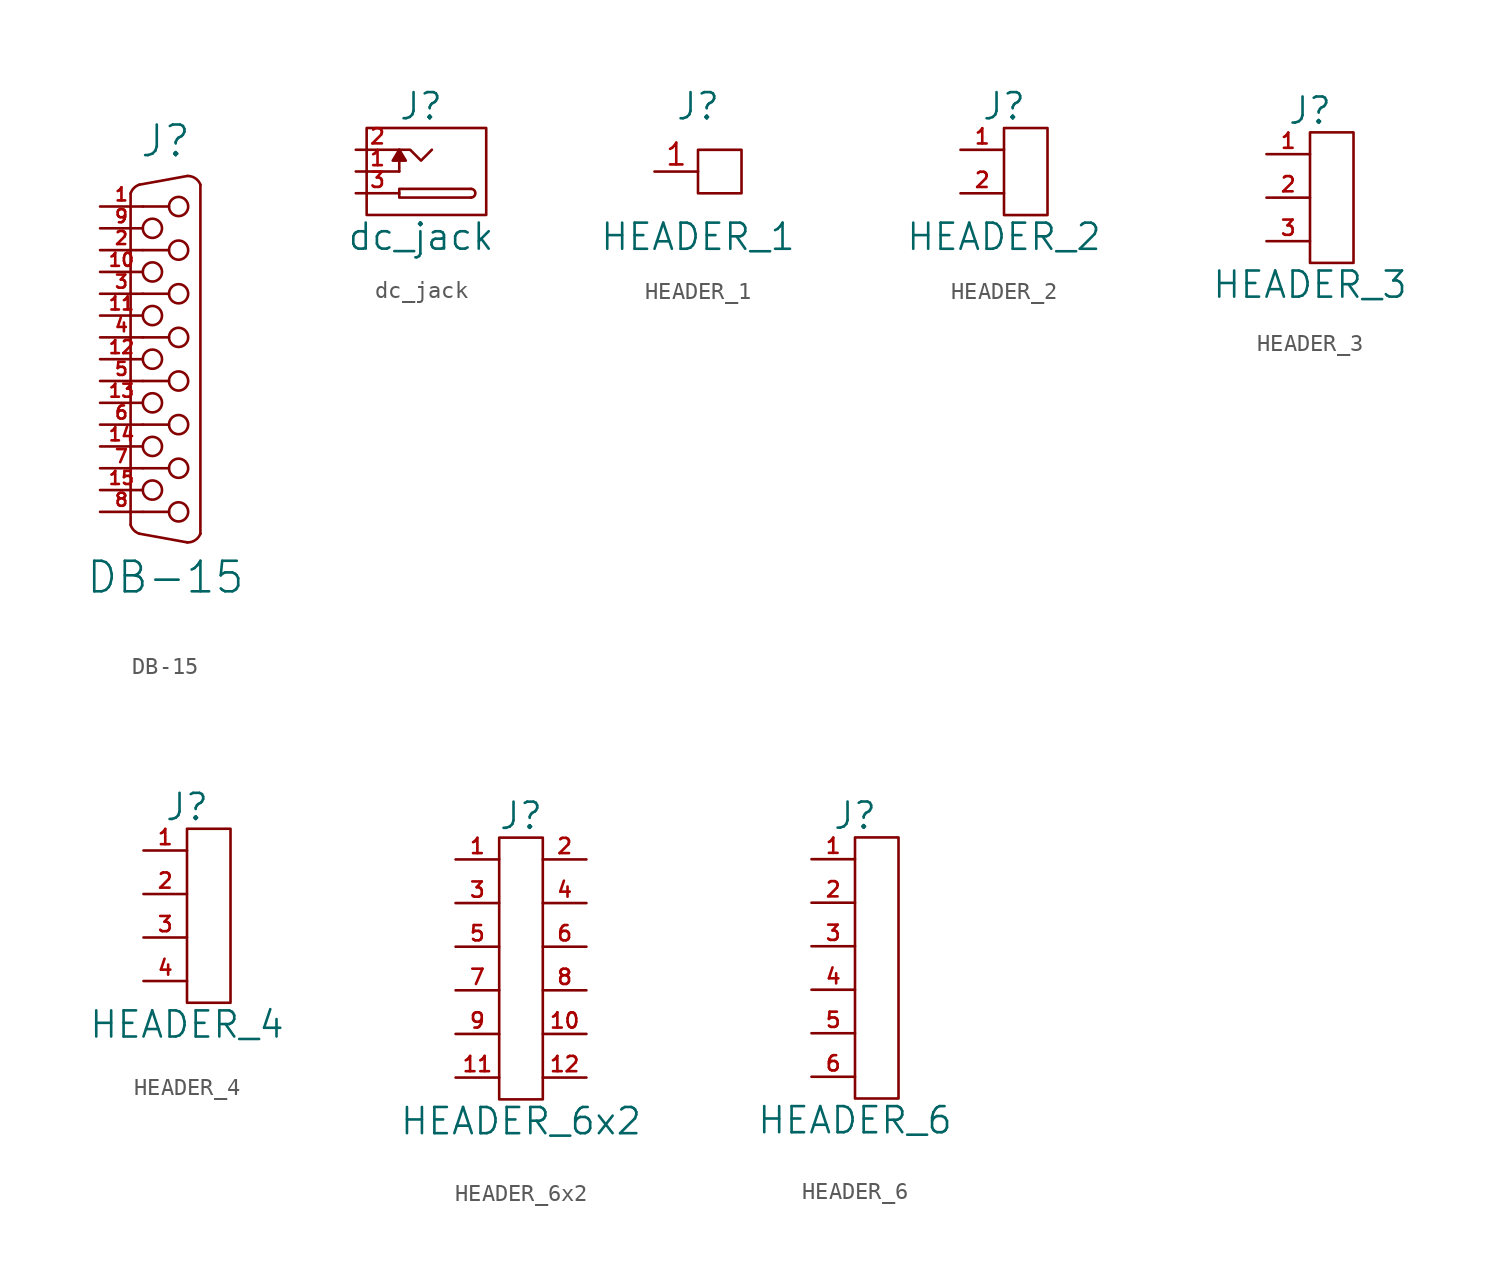
<source format=kicad_sym>
(kicad_symbol_lib
  (version 20220914)
  (generator kicad_symbol_editor)
  (symbol "DB-15"
    (pin_names
      (offset 1.016) hide)
    (property "Reference" "J"
      (at 0 12.7 0)
      (effects (font (size 1.778 1.778))))
    (property "Value" "DB-15"
      (at 0 -12.7 0)
      (effects (font (size 1.778 1.778))))
    (property "Footprint" ""
      (at 0 0 0)
      (effects (font (size 1.524 1.524))))
    (property "Datasheet" ""
      (at 0 0 0)
      (effects (font (size 1.524 1.524))))
    (symbol "DB-15_0_1"
      (arc (start -2.032 -9.652) (mid -1.838 -9.966) (end -1.524 -10.16) (stroke (width 0) (type solid)) (fill (type none)))
      (arc (start -1.524 10.16) (mid -1.838 9.966) (end -2.032 9.652) (stroke (width 0) (type solid)) (fill (type none)))
      (circle (center -0.762 -7.62) (radius 0.559) (stroke (width 0) (type solid)) (fill (type none)))
      (circle (center -0.762 -5.08) (radius 0.559) (stroke (width 0) (type solid)) (fill (type none)))
      (circle (center -0.762 -2.54) (radius 0.559) (stroke (width 0) (type solid)) (fill (type none)))
      (circle (center -0.762 0) (radius 0.559) (stroke (width 0) (type solid)) (fill (type none)))
      (circle (center -0.762 2.54) (radius 0.559) (stroke (width 0) (type solid)) (fill (type none)))
      (circle (center -0.762 5.08) (radius 0.559) (stroke (width 0) (type solid)) (fill (type none)))
      (circle (center -0.762 7.62) (radius 0.559) (stroke (width 0) (type solid)) (fill (type none)))
      (polyline (pts (xy -1.321 -8.89) (xy 0.203 -8.89)) (stroke (width 0) (type solid)) (fill (type none)))
      (polyline (pts (xy -1.321 -6.35) (xy 0.203 -6.35)) (stroke (width 0) (type solid)) (fill (type none)))
      (polyline (pts (xy -1.321 -3.81) (xy 0.203 -3.81)) (stroke (width 0) (type solid)) (fill (type none)))
      (polyline (pts (xy -1.321 -1.27) (xy 0.203 -1.27)) (stroke (width 0) (type solid)) (fill (type none)))
      (polyline (pts (xy -1.321 1.27) (xy 0.203 1.27)) (stroke (width 0) (type solid)) (fill (type none)))
      (polyline (pts (xy -1.321 3.81) (xy 0.203 3.81)) (stroke (width 0) (type solid)) (fill (type none)))
      (polyline (pts (xy -1.321 6.35) (xy 0.203 6.35)) (stroke (width 0) (type solid)) (fill (type none)))
      (polyline (pts (xy -1.321 8.89) (xy 0.203 8.89)) (stroke (width 0) (type solid)) (fill (type none)))
      (polyline (pts (xy -2.032 9.652) (xy -2.032 -9.652) (xy -2.032 -9.652)) (stroke (width 0) (type solid)) (fill (type none)))
      (polyline (pts (xy -1.524 -10.16) (xy 1.27 -10.668) (xy 1.27 -10.668)) (stroke (width 0) (type solid)) (fill (type none)))
      (polyline (pts (xy -1.524 10.16) (xy 1.27 10.668) (xy 1.27 10.668)) (stroke (width 0) (type solid)) (fill (type none)))
      (polyline (pts (xy 2.032 -10.16) (xy 2.032 10.16) (xy 2.032 10.16)) (stroke (width 0) (type solid)) (fill (type none)))
      (circle (center 0.762 -8.89) (radius 0.559) (stroke (width 0) (type solid)) (fill (type none)))
      (circle (center 0.762 -6.35) (radius 0.559) (stroke (width 0) (type solid)) (fill (type none)))
      (circle (center 0.762 -3.81) (radius 0.559) (stroke (width 0) (type solid)) (fill (type none)))
      (circle (center 0.762 -1.27) (radius 0.559) (stroke (width 0) (type solid)) (fill (type none)))
      (circle (center 0.762 1.27) (radius 0.559) (stroke (width 0) (type solid)) (fill (type none)))
      (circle (center 0.762 3.81) (radius 0.559) (stroke (width 0) (type solid)) (fill (type none)))
      (circle (center 0.762 6.35) (radius 0.559) (stroke (width 0) (type solid)) (fill (type none)))
      (circle (center 0.762 8.89) (radius 0.559) (stroke (width 0) (type solid)) (fill (type none)))
      (arc (start 1.27 -10.668) (mid 1.7324 -10.5361) (end 2.032 -10.16) (stroke (width 0) (type solid)) (fill (type none)))
      (arc (start 2.032 10.16) (mid 1.7324 10.5361) (end 1.27 10.668) (stroke (width 0) (type solid)) (fill (type none))))
    (symbol "DB-15_1_1"
      (pin passive line (at -3.81 8.89 0) (length 2.489) (name "~" (effects (font (size 0.762 0.762)))) (number "1" (effects (font (size 0.762 0.762)))))
      (pin passive line (at -3.81 5.08 0) (length 2.489) (name "~" (effects (font (size 0.762 0.762)))) (number "10" (effects (font (size 0.762 0.762)))))
      (pin passive line (at -3.81 2.54 0) (length 2.489) (name "~" (effects (font (size 0.762 0.762)))) (number "11" (effects (font (size 0.762 0.762)))))
      (pin passive line (at -3.81 0 0) (length 2.489) (name "~" (effects (font (size 0.762 0.762)))) (number "12" (effects (font (size 0.762 0.762)))))
      (pin passive line (at -3.81 -2.54 0) (length 2.489) (name "~" (effects (font (size 0.762 0.762)))) (number "13" (effects (font (size 0.762 0.762)))))
      (pin passive line (at -3.81 -5.08 0) (length 2.489) (name "~" (effects (font (size 0.762 0.762)))) (number "14" (effects (font (size 0.762 0.762)))))
      (pin passive line (at -3.81 -7.62 0) (length 2.489) (name "~" (effects (font (size 0.762 0.762)))) (number "15" (effects (font (size 0.762 0.762)))))
      (pin passive line (at -3.81 6.35 0) (length 2.489) (name "~" (effects (font (size 0.762 0.762)))) (number "2" (effects (font (size 0.762 0.762)))))
      (pin passive line (at -3.81 3.81 0) (length 2.489) (name "~" (effects (font (size 0.762 0.762)))) (number "3" (effects (font (size 0.762 0.762)))))
      (pin passive line (at -3.81 1.27 0) (length 2.489) (name "~" (effects (font (size 0.762 0.762)))) (number "4" (effects (font (size 0.762 0.762)))))
      (pin passive line (at -3.81 -1.27 0) (length 2.489) (name "~" (effects (font (size 0.762 0.762)))) (number "5" (effects (font (size 0.762 0.762)))))
      (pin passive line (at -3.81 -3.81 0) (length 2.489) (name "~" (effects (font (size 0.762 0.762)))) (number "6" (effects (font (size 0.762 0.762)))))
      (pin passive line (at -3.81 -6.35 0) (length 2.489) (name "~" (effects (font (size 0.762 0.762)))) (number "7" (effects (font (size 0.762 0.762)))))
      (pin passive line (at -3.81 -8.89 0) (length 2.489) (name "~" (effects (font (size 0.762 0.762)))) (number "8" (effects (font (size 0.762 0.762)))))
      (pin passive line (at -3.81 7.62 0) (length 2.489) (name "~" (effects (font (size 0.762 0.762)))) (number "9" (effects (font (size 0.762 0.762)))))))
  (symbol "dc_jack"
    (pin_names
      (offset 0) hide)
    (property "Reference" "J"
      (at 0 3.81 0)
      (effects (font (size 1.524 1.524))))
    (property "Value" "dc_jack"
      (at 0 -3.81 0)
      (effects (font (size 1.524 1.524))))
    (property "Footprint" ""
      (at 0 0 0)
      (effects (font (size 1.524 1.524))))
    (property "Datasheet" ""
      (at 0 0 0)
      (effects (font (size 1.524 1.524))))
    (symbol "dc_jack_0_1"
      (rectangle (start -3.175 2.54) (end 3.81 -2.54) (stroke (width 0) (type solid)) (fill (type none)))
      (polyline (pts (xy -1.27 0) (xy -1.27 0.635)) (stroke (width 0) (type solid)) (fill (type none)))
      (polyline (pts (xy -1.27 1.27) (xy -1.651 0.635) (xy -0.889 0.635) (xy -1.27 1.27)) (stroke (width 0) (type solid)) (fill (type outline)))
      (polyline (pts (xy -1.27 1.27) (xy -0.635 1.27) (xy 0 0.635) (xy 0.635 1.27)) (stroke (width 0) (type solid)) (fill (type none)))
      (polyline (pts (xy 2.921 -1.016) (xy -1.27 -1.016) (xy -1.27 -1.524) (xy 2.921 -1.524)) (stroke (width 0) (type solid)) (fill (type none)))
      (arc (start 2.921 -1.524) (mid 3.1739 -1.27) (end 2.921 -1.016) (stroke (width 0) (type solid)) (fill (type none))))
    (symbol "dc_jack_1_1"
      (pin passive line (at -3.81 0 0) (length 2.54) (name "1" (effects (font (size 0.686 0.686)))) (number "1" (effects (font (size 0.889 0.889)))))
      (pin passive line (at -3.81 1.27 0) (length 2.54) (name "2" (effects (font (size 0.686 0.686)))) (number "2" (effects (font (size 0.889 0.889)))))
      (pin passive line (at -3.81 -1.27 0) (length 2.54) (name "3" (effects (font (size 0.686 0.686)))) (number "3" (effects (font (size 0.889 0.889)))))))
  (symbol "HEADER_1"
    (pin_names
      (offset 0))
    (property "Reference" "J"
      (at 0 3.81 0)
      (effects (font (size 1.524 1.524))))
    (property "Value" "HEADER_1"
      (at 0 -3.81 0)
      (effects (font (size 1.524 1.524))))
    (property "Footprint" ""
      (at 0 0 0)
      (effects (font (size 1.524 1.524))))
    (property "Datasheet" ""
      (at 0 0 0)
      (effects (font (size 1.524 1.524))))
    (symbol "HEADER_1_0_1"
      (rectangle (start 2.54 1.27) (end 0 -1.27) (stroke (width 0) (type solid)) (fill (type none))))
    (symbol "HEADER_1_1_1"
      (pin passive line (at -2.54 0 0) (length 2.54) (name "~" (effects (font (size 1.27 1.27)))) (number "1" (effects (font (size 1.27 1.27)))))))
  (symbol "HEADER_2"
    (pin_names
      (offset 0))
    (property "Reference" "J"
      (at 0 3.81 0)
      (effects (font (size 1.524 1.524))))
    (property "Value" "HEADER_2"
      (at 0 -3.81 0)
      (effects (font (size 1.524 1.524))))
    (property "Footprint" ""
      (at 0 0 0)
      (effects (font (size 1.524 1.524))))
    (property "Datasheet" ""
      (at 0 0 0)
      (effects (font (size 1.524 1.524))))
    (symbol "HEADER_2_0_1"
      (rectangle (start 2.54 2.54) (end 0 -2.54) (stroke (width 0) (type solid)) (fill (type none))))
    (symbol "HEADER_2_1_1"
      (pin passive line (at -2.54 1.27 0) (length 2.54) (name "~" (effects (font (size 1.27 1.27)))) (number "1" (effects (font (size 0.889 0.889)))))
      (pin passive line (at -2.54 -1.27 0) (length 2.54) (name "~" (effects (font (size 1.27 1.27)))) (number "2" (effects (font (size 0.889 0.889)))))))
  (symbol "HEADER_3"
    (pin_names
      (offset 0))
    (property "Reference" "J"
      (at 0 5.08 0)
      (effects (font (size 1.524 1.524))))
    (property "Value" "HEADER_3"
      (at 0 -5.08 0)
      (effects (font (size 1.524 1.524))))
    (property "Footprint" ""
      (at 0 0 0)
      (effects (font (size 1.524 1.524))))
    (property "Datasheet" ""
      (at 0 0 0)
      (effects (font (size 1.524 1.524))))
    (symbol "HEADER_3_0_1"
      (rectangle (start 2.54 3.81) (end 0 -3.81) (stroke (width 0) (type solid)) (fill (type none))))
    (symbol "HEADER_3_1_1"
      (pin passive line (at -2.54 2.54 0) (length 2.54) (name "~" (effects (font (size 1.27 1.27)))) (number "1" (effects (font (size 0.889 0.889)))))
      (pin passive line (at -2.54 0 0) (length 2.54) (name "~" (effects (font (size 1.27 1.27)))) (number "2" (effects (font (size 0.889 0.889)))))
      (pin passive line (at -2.54 -2.54 0) (length 2.54) (name "~" (effects (font (size 1.27 1.27)))) (number "3" (effects (font (size 0.889 0.889)))))))
  (symbol "HEADER_4"
    (pin_names
      (offset 0))
    (property "Reference" "J"
      (at 0 6.35 0)
      (effects (font (size 1.524 1.524))))
    (property "Value" "HEADER_4"
      (at 0 -6.35 0)
      (effects (font (size 1.524 1.524))))
    (property "Footprint" ""
      (at 0 0 0)
      (effects (font (size 1.524 1.524))))
    (property "Datasheet" ""
      (at 0 0 0)
      (effects (font (size 1.524 1.524))))
    (symbol "HEADER_4_0_1"
      (rectangle (start 2.54 5.08) (end 0 -5.08) (stroke (width 0) (type solid)) (fill (type none))))
    (symbol "HEADER_4_1_1"
      (pin passive line (at -2.54 3.81 0) (length 2.54) (name "~" (effects (font (size 1.27 1.27)))) (number "1" (effects (font (size 0.889 0.889)))))
      (pin passive line (at -2.54 1.27 0) (length 2.54) (name "~" (effects (font (size 1.27 1.27)))) (number "2" (effects (font (size 0.889 0.889)))))
      (pin passive line (at -2.54 -1.27 0) (length 2.54) (name "~" (effects (font (size 1.27 1.27)))) (number "3" (effects (font (size 0.889 0.889)))))
      (pin passive line (at -2.54 -3.81 0) (length 2.54) (name "~" (effects (font (size 1.27 1.27)))) (number "4" (effects (font (size 0.889 0.889)))))))
  (symbol "HEADER_6x2"
    (pin_names
      (offset 0))
    (property "Reference" "J"
      (at 0 8.89 0)
      (effects (font (size 1.524 1.524))))
    (property "Value" "HEADER_6x2"
      (at 0 -8.89 0)
      (effects (font (size 1.524 1.524))))
    (property "Footprint" ""
      (at 0 0 0)
      (effects (font (size 1.524 1.524))))
    (property "Datasheet" ""
      (at 0 0 0)
      (effects (font (size 1.524 1.524))))
    (symbol "HEADER_6x2_0_1"
      (rectangle (start 1.27 7.62) (end -1.27 -7.62) (stroke (width 0) (type solid)) (fill (type none))))
    (symbol "HEADER_6x2_1_1"
      (pin passive line (at -3.81 6.35 0) (length 2.54) (name "~" (effects (font (size 1.27 1.27)))) (number "1" (effects (font (size 0.889 0.889)))))
      (pin passive line (at 3.81 -3.81 180) (length 2.54) (name "~" (effects (font (size 1.27 1.27)))) (number "10" (effects (font (size 0.889 0.889)))))
      (pin passive line (at -3.81 -6.35 0) (length 2.54) (name "~" (effects (font (size 1.27 1.27)))) (number "11" (effects (font (size 0.889 0.889)))))
      (pin passive line (at 3.81 -6.35 180) (length 2.54) (name "~" (effects (font (size 1.27 1.27)))) (number "12" (effects (font (size 0.889 0.889)))))
      (pin passive line (at 3.81 6.35 180) (length 2.54) (name "~" (effects (font (size 1.27 1.27)))) (number "2" (effects (font (size 0.889 0.889)))))
      (pin passive line (at -3.81 3.81 0) (length 2.54) (name "~" (effects (font (size 1.27 1.27)))) (number "3" (effects (font (size 0.889 0.889)))))
      (pin passive line (at 3.81 3.81 180) (length 2.54) (name "~" (effects (font (size 1.27 1.27)))) (number "4" (effects (font (size 0.889 0.889)))))
      (pin passive line (at -3.81 1.27 0) (length 2.54) (name "~" (effects (font (size 1.27 1.27)))) (number "5" (effects (font (size 0.889 0.889)))))
      (pin passive line (at 3.81 1.27 180) (length 2.54) (name "~" (effects (font (size 1.27 1.27)))) (number "6" (effects (font (size 0.889 0.889)))))
      (pin passive line (at -3.81 -1.27 0) (length 2.54) (name "~" (effects (font (size 1.27 1.27)))) (number "7" (effects (font (size 0.889 0.889)))))
      (pin passive line (at 3.81 -1.27 180) (length 2.54) (name "~" (effects (font (size 1.27 1.27)))) (number "8" (effects (font (size 0.889 0.889)))))
      (pin passive line (at -3.81 -3.81 0) (length 2.54) (name "~" (effects (font (size 1.27 1.27)))) (number "9" (effects (font (size 0.889 0.889)))))))
  (symbol "HEADER_6"
    (pin_names
      (offset 0))
    (property "Reference" "J"
      (at 0 8.89 0)
      (effects (font (size 1.524 1.524))))
    (property "Value" "HEADER_6"
      (at 0 -8.89 0)
      (effects (font (size 1.524 1.524))))
    (property "Footprint" ""
      (at 0 0 0)
      (effects (font (size 1.524 1.524))))
    (property "Datasheet" ""
      (at 0 0 0)
      (effects (font (size 1.524 1.524))))
    (symbol "HEADER_6_0_1"
      (rectangle (start 2.54 7.62) (end 0 -7.62) (stroke (width 0) (type solid)) (fill (type none))))
    (symbol "HEADER_6_1_1"
      (pin passive line (at -2.54 6.35 0) (length 2.54) (name "~" (effects (font (size 1.27 1.27)))) (number "1" (effects (font (size 0.889 0.889)))))
      (pin passive line (at -2.54 3.81 0) (length 2.54) (name "~" (effects (font (size 1.27 1.27)))) (number "2" (effects (font (size 0.889 0.889)))))
      (pin passive line (at -2.54 1.27 0) (length 2.54) (name "~" (effects (font (size 1.27 1.27)))) (number "3" (effects (font (size 0.889 0.889)))))
      (pin passive line (at -2.54 -1.27 0) (length 2.54) (name "~" (effects (font (size 1.27 1.27)))) (number "4" (effects (font (size 0.889 0.889)))))
      (pin passive line (at -2.54 -3.81 0) (length 2.54) (name "~" (effects (font (size 1.27 1.27)))) (number "5" (effects (font (size 0.889 0.889)))))
      (pin passive line (at -2.54 -6.35 0) (length 2.54) (name "~" (effects (font (size 1.27 1.27)))) (number "6" (effects (font (size 0.889 0.889))))))))
</source>
